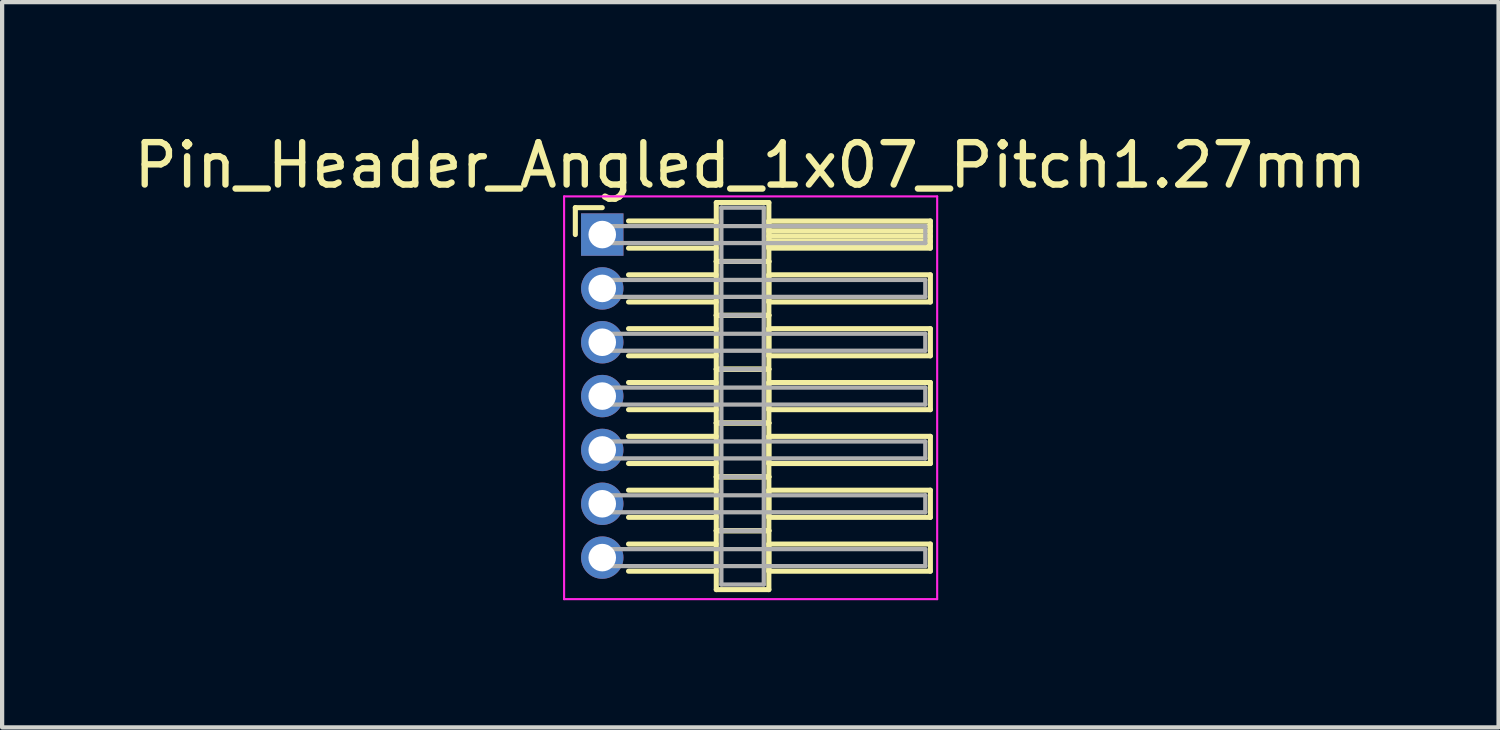
<source format=kicad_pcb>
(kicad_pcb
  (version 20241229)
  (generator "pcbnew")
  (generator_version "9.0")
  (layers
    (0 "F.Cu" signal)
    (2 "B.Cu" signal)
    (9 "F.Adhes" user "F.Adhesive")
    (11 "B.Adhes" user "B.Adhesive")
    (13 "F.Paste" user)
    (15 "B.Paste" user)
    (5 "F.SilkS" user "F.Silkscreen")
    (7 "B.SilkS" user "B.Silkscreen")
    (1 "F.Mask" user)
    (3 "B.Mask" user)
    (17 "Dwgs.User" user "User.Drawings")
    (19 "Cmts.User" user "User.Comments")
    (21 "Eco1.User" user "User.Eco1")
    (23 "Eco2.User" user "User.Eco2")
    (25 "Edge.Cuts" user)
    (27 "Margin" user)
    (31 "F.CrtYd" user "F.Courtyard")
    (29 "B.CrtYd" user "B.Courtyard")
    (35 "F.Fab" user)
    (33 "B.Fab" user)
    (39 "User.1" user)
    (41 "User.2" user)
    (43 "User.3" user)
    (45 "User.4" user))
  (footprint "Pin_Header_Angled_1x07_Pitch1.27mm"
    (layer "F.Cu")
    (at 11.156 2.483)
    (property "Reference" "Pin_Header_Angled_1x07_Pitch1.27mm" (at 3.493 -1.635 0) (layer "F.SilkS") (effects (font (size 1 1) (thickness 0.15))))
    (attr through_hole)
    (fp_line (start -0.635 -0.635) (end 0 -0.635) (stroke (width 0.12) (type solid)) (layer "F.SilkS"))
    (fp_line (start -0.635 0) (end -0.635 -0.635) (stroke (width 0.12) (type solid)) (layer "F.SilkS"))
    (fp_line (start 0.62 -0.32) (end 2.69 -0.32) (stroke (width 0.12) (type solid)) (layer "F.SilkS"))
    (fp_line (start 0.62 0.32) (end 2.69 0.32) (stroke (width 0.12) (type solid)) (layer "F.SilkS"))
    (fp_line (start 0.62 0.95) (end 2.69 0.95) (stroke (width 0.12) (type solid)) (layer "F.SilkS"))
    (fp_line (start 0.62 1.59) (end 2.69 1.59) (stroke (width 0.12) (type solid)) (layer "F.SilkS"))
    (fp_line (start 0.62 2.22) (end 2.69 2.22) (stroke (width 0.12) (type solid)) (layer "F.SilkS"))
    (fp_line (start 0.62 2.86) (end 2.69 2.86) (stroke (width 0.12) (type solid)) (layer "F.SilkS"))
    (fp_line (start 0.62 3.49) (end 2.69 3.49) (stroke (width 0.12) (type solid)) (layer "F.SilkS"))
    (fp_line (start 0.62 4.13) (end 2.69 4.13) (stroke (width 0.12) (type solid)) (layer "F.SilkS"))
    (fp_line (start 0.62 4.76) (end 2.69 4.76) (stroke (width 0.12) (type solid)) (layer "F.SilkS"))
    (fp_line (start 0.62 5.4) (end 2.69 5.4) (stroke (width 0.12) (type solid)) (layer "F.SilkS"))
    (fp_line (start 0.62 6.03) (end 2.69 6.03) (stroke (width 0.12) (type solid)) (layer "F.SilkS"))
    (fp_line (start 0.62 6.67) (end 2.69 6.67) (stroke (width 0.12) (type solid)) (layer "F.SilkS"))
    (fp_line (start 0.62 7.3) (end 2.69 7.3) (stroke (width 0.12) (type solid)) (layer "F.SilkS"))
    (fp_line (start 0.62 7.94) (end 2.69 7.94) (stroke (width 0.12) (type solid)) (layer "F.SilkS"))
    (fp_line (start 2.69 -0.755) (end 2.69 0.635) (stroke (width 0.12) (type solid)) (layer "F.SilkS"))
    (fp_line (start 2.69 0.635) (end 2.69 1.905) (stroke (width 0.12) (type solid)) (layer "F.SilkS"))
    (fp_line (start 2.69 0.635) (end 3.93 0.635) (stroke (width 0.12) (type solid)) (layer "F.SilkS"))
    (fp_line (start 2.69 1.905) (end 2.69 3.175) (stroke (width 0.12) (type solid)) (layer "F.SilkS"))
    (fp_line (start 2.69 1.905) (end 3.93 1.905) (stroke (width 0.12) (type solid)) (layer "F.SilkS"))
    (fp_line (start 2.69 3.175) (end 2.69 4.445) (stroke (width 0.12) (type solid)) (layer "F.SilkS"))
    (fp_line (start 2.69 3.175) (end 3.93 3.175) (stroke (width 0.12) (type solid)) (layer "F.SilkS"))
    (fp_line (start 2.69 4.445) (end 2.69 5.715) (stroke (width 0.12) (type solid)) (layer "F.SilkS"))
    (fp_line (start 2.69 4.445) (end 3.93 4.445) (stroke (width 0.12) (type solid)) (layer "F.SilkS"))
    (fp_line (start 2.69 5.715) (end 2.69 6.985) (stroke (width 0.12) (type solid)) (layer "F.SilkS"))
    (fp_line (start 2.69 5.715) (end 3.93 5.715) (stroke (width 0.12) (type solid)) (layer "F.SilkS"))
    (fp_line (start 2.69 6.985) (end 2.69 8.375) (stroke (width 0.12) (type solid)) (layer "F.SilkS"))
    (fp_line (start 2.69 6.985) (end 3.93 6.985) (stroke (width 0.12) (type solid)) (layer "F.SilkS"))
    (fp_line (start 2.69 8.375) (end 3.93 8.375) (stroke (width 0.12) (type solid)) (layer "F.SilkS"))
    (fp_line (start 3.93 -0.755) (end 2.69 -0.755) (stroke (width 0.12) (type solid)) (layer "F.SilkS"))
    (fp_line (start 3.93 -0.32) (end 3.93 0.32) (stroke (width 0.12) (type solid)) (layer "F.SilkS"))
    (fp_line (start 3.93 -0.2) (end 7.74 -0.2) (stroke (width 0.12) (type solid)) (layer "F.SilkS"))
    (fp_line (start 3.93 -0.08) (end 7.74 -0.08) (stroke (width 0.12) (type solid)) (layer "F.SilkS"))
    (fp_line (start 3.93 0.04) (end 7.74 0.04) (stroke (width 0.12) (type solid)) (layer "F.SilkS"))
    (fp_line (start 3.93 0.16) (end 7.74 0.16) (stroke (width 0.12) (type solid)) (layer "F.SilkS"))
    (fp_line (start 3.93 0.28) (end 7.74 0.28) (stroke (width 0.12) (type solid)) (layer "F.SilkS"))
    (fp_line (start 3.93 0.32) (end 7.74 0.32) (stroke (width 0.12) (type solid)) (layer "F.SilkS"))
    (fp_line (start 3.93 0.635) (end 2.69 0.635) (stroke (width 0.12) (type solid)) (layer "F.SilkS"))
    (fp_line (start 3.93 0.635) (end 3.93 -0.755) (stroke (width 0.12) (type solid)) (layer "F.SilkS"))
    (fp_line (start 3.93 0.95) (end 3.93 1.59) (stroke (width 0.12) (type solid)) (layer "F.SilkS"))
    (fp_line (start 3.93 1.59) (end 7.74 1.59) (stroke (width 0.12) (type solid)) (layer "F.SilkS"))
    (fp_line (start 3.93 1.905) (end 2.69 1.905) (stroke (width 0.12) (type solid)) (layer "F.SilkS"))
    (fp_line (start 3.93 1.905) (end 3.93 0.635) (stroke (width 0.12) (type solid)) (layer "F.SilkS"))
    (fp_line (start 3.93 2.22) (end 3.93 2.86) (stroke (width 0.12) (type solid)) (layer "F.SilkS"))
    (fp_line (start 3.93 2.86) (end 7.74 2.86) (stroke (width 0.12) (type solid)) (layer "F.SilkS"))
    (fp_line (start 3.93 3.175) (end 2.69 3.175) (stroke (width 0.12) (type solid)) (layer "F.SilkS"))
    (fp_line (start 3.93 3.175) (end 3.93 1.905) (stroke (width 0.12) (type solid)) (layer "F.SilkS"))
    (fp_line (start 3.93 3.49) (end 3.93 4.13) (stroke (width 0.12) (type solid)) (layer "F.SilkS"))
    (fp_line (start 3.93 4.13) (end 7.74 4.13) (stroke (width 0.12) (type solid)) (layer "F.SilkS"))
    (fp_line (start 3.93 4.445) (end 2.69 4.445) (stroke (width 0.12) (type solid)) (layer "F.SilkS"))
    (fp_line (start 3.93 4.445) (end 3.93 3.175) (stroke (width 0.12) (type solid)) (layer "F.SilkS"))
    (fp_line (start 3.93 4.76) (end 3.93 5.4) (stroke (width 0.12) (type solid)) (layer "F.SilkS"))
    (fp_line (start 3.93 5.4) (end 7.74 5.4) (stroke (width 0.12) (type solid)) (layer "F.SilkS"))
    (fp_line (start 3.93 5.715) (end 2.69 5.715) (stroke (width 0.12) (type solid)) (layer "F.SilkS"))
    (fp_line (start 3.93 5.715) (end 3.93 4.445) (stroke (width 0.12) (type solid)) (layer "F.SilkS"))
    (fp_line (start 3.93 6.03) (end 3.93 6.67) (stroke (width 0.12) (type solid)) (layer "F.SilkS"))
    (fp_line (start 3.93 6.67) (end 7.74 6.67) (stroke (width 0.12) (type solid)) (layer "F.SilkS"))
    (fp_line (start 3.93 6.985) (end 2.69 6.985) (stroke (width 0.12) (type solid)) (layer "F.SilkS"))
    (fp_line (start 3.93 6.985) (end 3.93 5.715) (stroke (width 0.12) (type solid)) (layer "F.SilkS"))
    (fp_line (start 3.93 7.3) (end 3.93 7.94) (stroke (width 0.12) (type solid)) (layer "F.SilkS"))
    (fp_line (start 3.93 7.94) (end 7.74 7.94) (stroke (width 0.12) (type solid)) (layer "F.SilkS"))
    (fp_line (start 3.93 8.375) (end 3.93 6.985) (stroke (width 0.12) (type solid)) (layer "F.SilkS"))
    (fp_line (start 7.74 -0.32) (end 3.93 -0.32) (stroke (width 0.12) (type solid)) (layer "F.SilkS"))
    (fp_line (start 7.74 0.32) (end 7.74 -0.32) (stroke (width 0.12) (type solid)) (layer "F.SilkS"))
    (fp_line (start 7.74 0.95) (end 3.93 0.95) (stroke (width 0.12) (type solid)) (layer "F.SilkS"))
    (fp_line (start 7.74 1.59) (end 7.74 0.95) (stroke (width 0.12) (type solid)) (layer "F.SilkS"))
    (fp_line (start 7.74 2.22) (end 3.93 2.22) (stroke (width 0.12) (type solid)) (layer "F.SilkS"))
    (fp_line (start 7.74 2.86) (end 7.74 2.22) (stroke (width 0.12) (type solid)) (layer "F.SilkS"))
    (fp_line (start 7.74 3.49) (end 3.93 3.49) (stroke (width 0.12) (type solid)) (layer "F.SilkS"))
    (fp_line (start 7.74 4.13) (end 7.74 3.49) (stroke (width 0.12) (type solid)) (layer "F.SilkS"))
    (fp_line (start 7.74 4.76) (end 3.93 4.76) (stroke (width 0.12) (type solid)) (layer "F.SilkS"))
    (fp_line (start 7.74 5.4) (end 7.74 4.76) (stroke (width 0.12) (type solid)) (layer "F.SilkS"))
    (fp_line (start 7.74 6.03) (end 3.93 6.03) (stroke (width 0.12) (type solid)) (layer "F.SilkS"))
    (fp_line (start 7.74 6.67) (end 7.74 6.03) (stroke (width 0.12) (type solid)) (layer "F.SilkS"))
    (fp_line (start 7.74 7.3) (end 3.93 7.3) (stroke (width 0.12) (type solid)) (layer "F.SilkS"))
    (fp_line (start 7.74 7.94) (end 7.74 7.3) (stroke (width 0.12) (type solid)) (layer "F.SilkS"))
    (fp_line (start -0.9 -0.9) (end -0.9 8.6) (stroke (width 0.05) (type solid)) (layer "F.CrtYd"))
    (fp_line (start -0.9 8.6) (end 7.9 8.6) (stroke (width 0.05) (type solid)) (layer "F.CrtYd"))
    (fp_line (start 7.9 -0.9) (end -0.9 -0.9) (stroke (width 0.05) (type solid)) (layer "F.CrtYd"))
    (fp_line (start 7.9 8.6) (end 7.9 -0.9) (stroke (width 0.05) (type solid)) (layer "F.CrtYd"))
    (fp_line (start 0 -0.2) (end 0 0.2) (stroke (width 0.1) (type solid)) (layer "F.Fab"))
    (fp_line (start 0 0.2) (end 7.62 0.2) (stroke (width 0.1) (type solid)) (layer "F.Fab"))
    (fp_line (start 0 1.07) (end 0 1.47) (stroke (width 0.1) (type solid)) (layer "F.Fab"))
    (fp_line (start 0 1.47) (end 7.62 1.47) (stroke (width 0.1) (type solid)) (layer "F.Fab"))
    (fp_line (start 0 2.34) (end 0 2.74) (stroke (width 0.1) (type solid)) (layer "F.Fab"))
    (fp_line (start 0 2.74) (end 7.62 2.74) (stroke (width 0.1) (type solid)) (layer "F.Fab"))
    (fp_line (start 0 3.61) (end 0 4.01) (stroke (width 0.1) (type solid)) (layer "F.Fab"))
    (fp_line (start 0 4.01) (end 7.62 4.01) (stroke (width 0.1) (type solid)) (layer "F.Fab"))
    (fp_line (start 0 4.88) (end 0 5.28) (stroke (width 0.1) (type solid)) (layer "F.Fab"))
    (fp_line (start 0 5.28) (end 7.62 5.28) (stroke (width 0.1) (type solid)) (layer "F.Fab"))
    (fp_line (start 0 6.15) (end 0 6.55) (stroke (width 0.1) (type solid)) (layer "F.Fab"))
    (fp_line (start 0 6.55) (end 7.62 6.55) (stroke (width 0.1) (type solid)) (layer "F.Fab"))
    (fp_line (start 0 7.42) (end 0 7.82) (stroke (width 0.1) (type solid)) (layer "F.Fab"))
    (fp_line (start 0 7.82) (end 7.62 7.82) (stroke (width 0.1) (type solid)) (layer "F.Fab"))
    (fp_line (start 2.81 -0.635) (end 2.81 0.635) (stroke (width 0.1) (type solid)) (layer "F.Fab"))
    (fp_line (start 2.81 0.635) (end 2.81 1.905) (stroke (width 0.1) (type solid)) (layer "F.Fab"))
    (fp_line (start 2.81 0.635) (end 3.81 0.635) (stroke (width 0.1) (type solid)) (layer "F.Fab"))
    (fp_line (start 2.81 1.905) (end 2.81 3.175) (stroke (width 0.1) (type solid)) (layer "F.Fab"))
    (fp_line (start 2.81 1.905) (end 3.81 1.905) (stroke (width 0.1) (type solid)) (layer "F.Fab"))
    (fp_line (start 2.81 3.175) (end 2.81 4.445) (stroke (width 0.1) (type solid)) (layer "F.Fab"))
    (fp_line (start 2.81 3.175) (end 3.81 3.175) (stroke (width 0.1) (type solid)) (layer "F.Fab"))
    (fp_line (start 2.81 4.445) (end 2.81 5.715) (stroke (width 0.1) (type solid)) (layer "F.Fab"))
    (fp_line (start 2.81 4.445) (end 3.81 4.445) (stroke (width 0.1) (type solid)) (layer "F.Fab"))
    (fp_line (start 2.81 5.715) (end 2.81 6.985) (stroke (width 0.1) (type solid)) (layer "F.Fab"))
    (fp_line (start 2.81 5.715) (end 3.81 5.715) (stroke (width 0.1) (type solid)) (layer "F.Fab"))
    (fp_line (start 2.81 6.985) (end 2.81 8.255) (stroke (width 0.1) (type solid)) (layer "F.Fab"))
    (fp_line (start 2.81 6.985) (end 3.81 6.985) (stroke (width 0.1) (type solid)) (layer "F.Fab"))
    (fp_line (start 2.81 8.255) (end 3.81 8.255) (stroke (width 0.1) (type solid)) (layer "F.Fab"))
    (fp_line (start 3.81 -0.635) (end 2.81 -0.635) (stroke (width 0.1) (type solid)) (layer "F.Fab"))
    (fp_line (start 3.81 0.635) (end 2.81 0.635) (stroke (width 0.1) (type solid)) (layer "F.Fab"))
    (fp_line (start 3.81 0.635) (end 3.81 -0.635) (stroke (width 0.1) (type solid)) (layer "F.Fab"))
    (fp_line (start 3.81 1.905) (end 2.81 1.905) (stroke (width 0.1) (type solid)) (layer "F.Fab"))
    (fp_line (start 3.81 1.905) (end 3.81 0.635) (stroke (width 0.1) (type solid)) (layer "F.Fab"))
    (fp_line (start 3.81 3.175) (end 2.81 3.175) (stroke (width 0.1) (type solid)) (layer "F.Fab"))
    (fp_line (start 3.81 3.175) (end 3.81 1.905) (stroke (width 0.1) (type solid)) (layer "F.Fab"))
    (fp_line (start 3.81 4.445) (end 2.81 4.445) (stroke (width 0.1) (type solid)) (layer "F.Fab"))
    (fp_line (start 3.81 4.445) (end 3.81 3.175) (stroke (width 0.1) (type solid)) (layer "F.Fab"))
    (fp_line (start 3.81 5.715) (end 2.81 5.715) (stroke (width 0.1) (type solid)) (layer "F.Fab"))
    (fp_line (start 3.81 5.715) (end 3.81 4.445) (stroke (width 0.1) (type solid)) (layer "F.Fab"))
    (fp_line (start 3.81 6.985) (end 2.81 6.985) (stroke (width 0.1) (type solid)) (layer "F.Fab"))
    (fp_line (start 3.81 6.985) (end 3.81 5.715) (stroke (width 0.1) (type solid)) (layer "F.Fab"))
    (fp_line (start 3.81 8.255) (end 3.81 6.985) (stroke (width 0.1) (type solid)) (layer "F.Fab"))
    (fp_line (start 7.62 -0.2) (end 0 -0.2) (stroke (width 0.1) (type solid)) (layer "F.Fab"))
    (fp_line (start 7.62 0.2) (end 7.62 -0.2) (stroke (width 0.1) (type solid)) (layer "F.Fab"))
    (fp_line (start 7.62 1.07) (end 0 1.07) (stroke (width 0.1) (type solid)) (layer "F.Fab"))
    (fp_line (start 7.62 1.47) (end 7.62 1.07) (stroke (width 0.1) (type solid)) (layer "F.Fab"))
    (fp_line (start 7.62 2.34) (end 0 2.34) (stroke (width 0.1) (type solid)) (layer "F.Fab"))
    (fp_line (start 7.62 2.74) (end 7.62 2.34) (stroke (width 0.1) (type solid)) (layer "F.Fab"))
    (fp_line (start 7.62 3.61) (end 0 3.61) (stroke (width 0.1) (type solid)) (layer "F.Fab"))
    (fp_line (start 7.62 4.01) (end 7.62 3.61) (stroke (width 0.1) (type solid)) (layer "F.Fab"))
    (fp_line (start 7.62 4.88) (end 0 4.88) (stroke (width 0.1) (type solid)) (layer "F.Fab"))
    (fp_line (start 7.62 5.28) (end 7.62 4.88) (stroke (width 0.1) (type solid)) (layer "F.Fab"))
    (fp_line (start 7.62 6.15) (end 0 6.15) (stroke (width 0.1) (type solid)) (layer "F.Fab"))
    (fp_line (start 7.62 6.55) (end 7.62 6.15) (stroke (width 0.1) (type solid)) (layer "F.Fab"))
    (fp_line (start 7.62 7.42) (end 0 7.42) (stroke (width 0.1) (type solid)) (layer "F.Fab"))
    (fp_line (start 7.62 7.82) (end 7.62 7.42) (stroke (width 0.1) (type solid)) (layer "F.Fab"))
    (pad "1" thru_hole rect (at 0 0) (size 1 1) (drill 0.65) (layers "*.Cu" "*.Mask"))
    (pad "2" thru_hole oval (at 0 1.27) (size 1 1) (drill 0.65) (layers "*.Cu" "*.Mask"))
    (pad "3" thru_hole oval (at 0 2.54) (size 1 1) (drill 0.65) (layers "*.Cu" "*.Mask"))
    (pad "4" thru_hole oval (at 0 3.81) (size 1 1) (drill 0.65) (layers "*.Cu" "*.Mask"))
    (pad "5" thru_hole oval (at 0 5.08) (size 1 1) (drill 0.65) (layers "*.Cu" "*.Mask"))
    (pad "6" thru_hole oval (at 0 6.35) (size 1 1) (drill 0.65) (layers "*.Cu" "*.Mask"))
    (pad "7" thru_hole oval (at 0 7.62) (size 1 1) (drill 0.65) (layers "*.Cu" "*.Mask")))
  (gr_rect
    (start -3 -3)
    (end 32.298 14.108)
    (stroke (width 0.1) (type default))
    (fill no)
    (layer "Edge.Cuts")))
</source>
